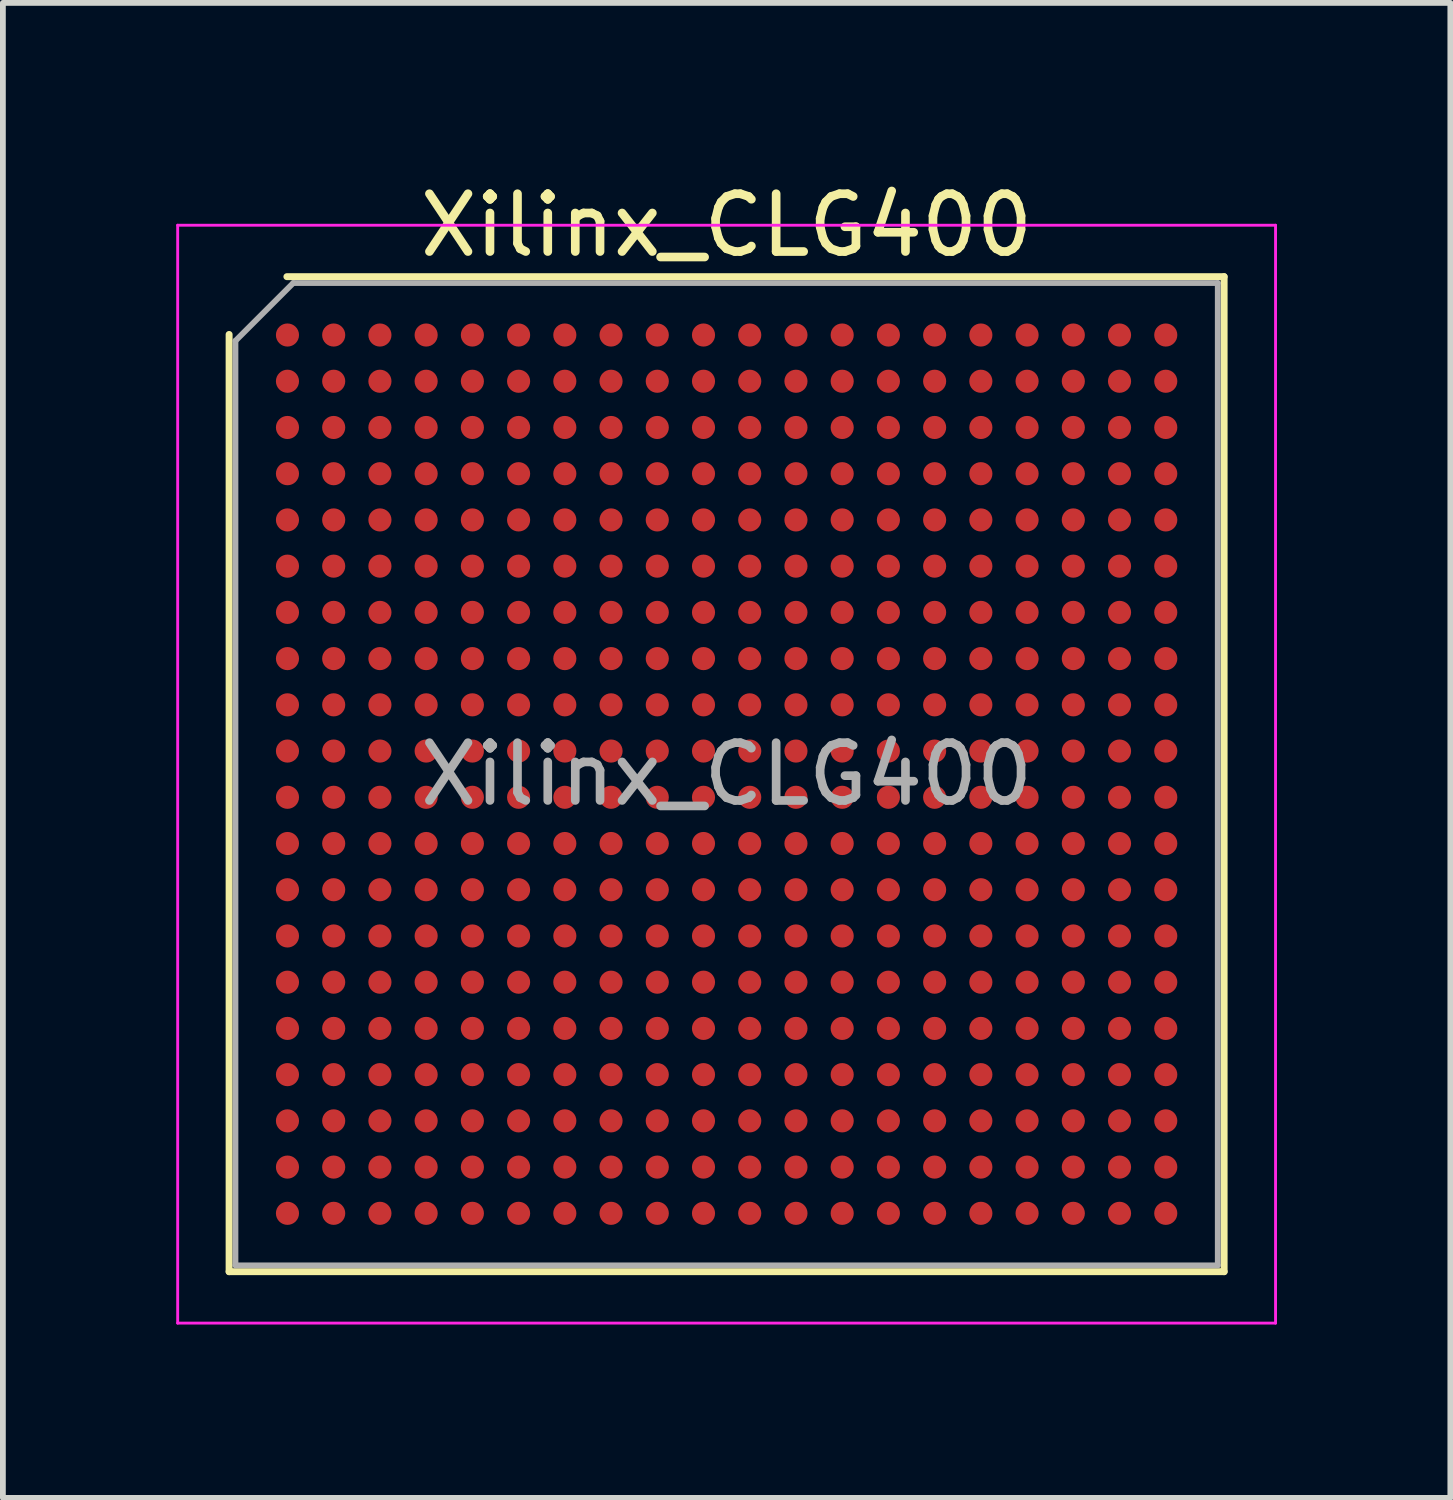
<source format=kicad_pcb>
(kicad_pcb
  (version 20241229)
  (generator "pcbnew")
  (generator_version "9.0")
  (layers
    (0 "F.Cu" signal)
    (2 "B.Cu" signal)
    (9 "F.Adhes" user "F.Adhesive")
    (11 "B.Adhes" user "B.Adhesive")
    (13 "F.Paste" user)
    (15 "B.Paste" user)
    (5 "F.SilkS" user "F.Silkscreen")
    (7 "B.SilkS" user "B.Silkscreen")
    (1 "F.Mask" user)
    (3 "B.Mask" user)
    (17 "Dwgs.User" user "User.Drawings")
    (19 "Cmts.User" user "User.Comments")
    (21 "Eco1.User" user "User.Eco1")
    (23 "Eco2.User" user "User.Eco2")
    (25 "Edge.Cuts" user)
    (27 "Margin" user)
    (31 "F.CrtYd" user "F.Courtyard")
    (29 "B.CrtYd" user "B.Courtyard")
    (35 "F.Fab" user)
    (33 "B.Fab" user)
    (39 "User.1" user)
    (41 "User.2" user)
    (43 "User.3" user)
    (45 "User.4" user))
  (footprint "Xilinx_CLG400"
    (layer "F.Cu")
    (at 9.525 10.348)
    (property "Reference" "Xilinx_CLG400" (at 0 -9.5 0) (layer "F.SilkS") (effects (font (size 1 1) (thickness 0.15))))
    (attr smd)
    (fp_line (start -8.61 8.61) (end -8.61 -7.61) (stroke (width 0.12) (type solid)) (layer "F.SilkS"))
    (fp_line (start -7.61 -8.61) (end 8.61 -8.61) (stroke (width 0.12) (type solid)) (layer "F.SilkS"))
    (fp_line (start 8.61 -8.61) (end 8.61 8.61) (stroke (width 0.12) (type solid)) (layer "F.SilkS"))
    (fp_line (start 8.61 8.61) (end -8.61 8.61) (stroke (width 0.12) (type solid)) (layer "F.SilkS"))
    (fp_line (start -9.5 -9.5) (end -9.5 9.5) (stroke (width 0.05) (type solid)) (layer "F.CrtYd"))
    (fp_line (start -9.5 9.5) (end 9.5 9.5) (stroke (width 0.05) (type solid)) (layer "F.CrtYd"))
    (fp_line (start 9.5 -9.5) (end -9.5 -9.5) (stroke (width 0.05) (type solid)) (layer "F.CrtYd"))
    (fp_line (start 9.5 9.5) (end 9.5 -9.5) (stroke (width 0.05) (type solid)) (layer "F.CrtYd"))
    (fp_line (start -8.5 -7.5) (end -7.5 -8.5) (stroke (width 0.1) (type solid)) (layer "F.Fab"))
    (fp_line (start -8.5 8.5) (end -8.5 -7.5) (stroke (width 0.1) (type solid)) (layer "F.Fab"))
    (fp_line (start -7.5 -8.5) (end 8.5 -8.5) (stroke (width 0.1) (type solid)) (layer "F.Fab"))
    (fp_line (start 8.5 -8.5) (end 8.5 8.5) (stroke (width 0.1) (type solid)) (layer "F.Fab"))
    (fp_line (start 8.5 8.5) (end -8.5 8.5) (stroke (width 0.1) (type solid)) (layer "F.Fab"))
    (fp_text user "${REFERENCE}" (at 0 0 0) (layer "F.Fab") (effects (font (size 1 1) (thickness 0.15))))
    (pad "A1" smd circle (at -7.6 -7.6) (size 0.4 0.4) (layers "F.Cu" "F.Mask" "F.Paste"))
    (pad "A2" smd circle (at -6.8 -7.6) (size 0.4 0.4) (layers "F.Cu" "F.Mask" "F.Paste"))
    (pad "A3" smd circle (at -6 -7.6) (size 0.4 0.4) (layers "F.Cu" "F.Mask" "F.Paste"))
    (pad "A4" smd circle (at -5.2 -7.6) (size 0.4 0.4) (layers "F.Cu" "F.Mask" "F.Paste"))
    (pad "A5" smd circle (at -4.4 -7.6) (size 0.4 0.4) (layers "F.Cu" "F.Mask" "F.Paste"))
    (pad "A6" smd circle (at -3.6 -7.6) (size 0.4 0.4) (layers "F.Cu" "F.Mask" "F.Paste"))
    (pad "A7" smd circle (at -2.8 -7.6) (size 0.4 0.4) (layers "F.Cu" "F.Mask" "F.Paste"))
    (pad "A8" smd circle (at -2 -7.6) (size 0.4 0.4) (layers "F.Cu" "F.Mask" "F.Paste"))
    (pad "A9" smd circle (at -1.2 -7.6) (size 0.4 0.4) (layers "F.Cu" "F.Mask" "F.Paste"))
    (pad "A10" smd circle (at -0.4 -7.6) (size 0.4 0.4) (layers "F.Cu" "F.Mask" "F.Paste"))
    (pad "A11" smd circle (at 0.4 -7.6) (size 0.4 0.4) (layers "F.Cu" "F.Mask" "F.Paste"))
    (pad "A12" smd circle (at 1.2 -7.6) (size 0.4 0.4) (layers "F.Cu" "F.Mask" "F.Paste"))
    (pad "A13" smd circle (at 2 -7.6) (size 0.4 0.4) (layers "F.Cu" "F.Mask" "F.Paste"))
    (pad "A14" smd circle (at 2.8 -7.6) (size 0.4 0.4) (layers "F.Cu" "F.Mask" "F.Paste"))
    (pad "A15" smd circle (at 3.6 -7.6) (size 0.4 0.4) (layers "F.Cu" "F.Mask" "F.Paste"))
    (pad "A16" smd circle (at 4.4 -7.6) (size 0.4 0.4) (layers "F.Cu" "F.Mask" "F.Paste"))
    (pad "A17" smd circle (at 5.2 -7.6) (size 0.4 0.4) (layers "F.Cu" "F.Mask" "F.Paste"))
    (pad "A18" smd circle (at 6 -7.6) (size 0.4 0.4) (layers "F.Cu" "F.Mask" "F.Paste"))
    (pad "A19" smd circle (at 6.8 -7.6) (size 0.4 0.4) (layers "F.Cu" "F.Mask" "F.Paste"))
    (pad "A20" smd circle (at 7.6 -7.6) (size 0.4 0.4) (layers "F.Cu" "F.Mask" "F.Paste"))
    (pad "B1" smd circle (at -7.6 -6.8) (size 0.4 0.4) (layers "F.Cu" "F.Mask" "F.Paste"))
    (pad "B2" smd circle (at -6.8 -6.8) (size 0.4 0.4) (layers "F.Cu" "F.Mask" "F.Paste"))
    (pad "B3" smd circle (at -6 -6.8) (size 0.4 0.4) (layers "F.Cu" "F.Mask" "F.Paste"))
    (pad "B4" smd circle (at -5.2 -6.8) (size 0.4 0.4) (layers "F.Cu" "F.Mask" "F.Paste"))
    (pad "B5" smd circle (at -4.4 -6.8) (size 0.4 0.4) (layers "F.Cu" "F.Mask" "F.Paste"))
    (pad "B6" smd circle (at -3.6 -6.8) (size 0.4 0.4) (layers "F.Cu" "F.Mask" "F.Paste"))
    (pad "B7" smd circle (at -2.8 -6.8) (size 0.4 0.4) (layers "F.Cu" "F.Mask" "F.Paste"))
    (pad "B8" smd circle (at -2 -6.8) (size 0.4 0.4) (layers "F.Cu" "F.Mask" "F.Paste"))
    (pad "B9" smd circle (at -1.2 -6.8) (size 0.4 0.4) (layers "F.Cu" "F.Mask" "F.Paste"))
    (pad "B10" smd circle (at -0.4 -6.8) (size 0.4 0.4) (layers "F.Cu" "F.Mask" "F.Paste"))
    (pad "B11" smd circle (at 0.4 -6.8) (size 0.4 0.4) (layers "F.Cu" "F.Mask" "F.Paste"))
    (pad "B12" smd circle (at 1.2 -6.8) (size 0.4 0.4) (layers "F.Cu" "F.Mask" "F.Paste"))
    (pad "B13" smd circle (at 2 -6.8) (size 0.4 0.4) (layers "F.Cu" "F.Mask" "F.Paste"))
    (pad "B14" smd circle (at 2.8 -6.8) (size 0.4 0.4) (layers "F.Cu" "F.Mask" "F.Paste"))
    (pad "B15" smd circle (at 3.6 -6.8) (size 0.4 0.4) (layers "F.Cu" "F.Mask" "F.Paste"))
    (pad "B16" smd circle (at 4.4 -6.8) (size 0.4 0.4) (layers "F.Cu" "F.Mask" "F.Paste"))
    (pad "B17" smd circle (at 5.2 -6.8) (size 0.4 0.4) (layers "F.Cu" "F.Mask" "F.Paste"))
    (pad "B18" smd circle (at 6 -6.8) (size 0.4 0.4) (layers "F.Cu" "F.Mask" "F.Paste"))
    (pad "B19" smd circle (at 6.8 -6.8) (size 0.4 0.4) (layers "F.Cu" "F.Mask" "F.Paste"))
    (pad "B20" smd circle (at 7.6 -6.8) (size 0.4 0.4) (layers "F.Cu" "F.Mask" "F.Paste"))
    (pad "C1" smd circle (at -7.6 -6) (size 0.4 0.4) (layers "F.Cu" "F.Mask" "F.Paste"))
    (pad "C2" smd circle (at -6.8 -6) (size 0.4 0.4) (layers "F.Cu" "F.Mask" "F.Paste"))
    (pad "C3" smd circle (at -6 -6) (size 0.4 0.4) (layers "F.Cu" "F.Mask" "F.Paste"))
    (pad "C4" smd circle (at -5.2 -6) (size 0.4 0.4) (layers "F.Cu" "F.Mask" "F.Paste"))
    (pad "C5" smd circle (at -4.4 -6) (size 0.4 0.4) (layers "F.Cu" "F.Mask" "F.Paste"))
    (pad "C6" smd circle (at -3.6 -6) (size 0.4 0.4) (layers "F.Cu" "F.Mask" "F.Paste"))
    (pad "C7" smd circle (at -2.8 -6) (size 0.4 0.4) (layers "F.Cu" "F.Mask" "F.Paste"))
    (pad "C8" smd circle (at -2 -6) (size 0.4 0.4) (layers "F.Cu" "F.Mask" "F.Paste"))
    (pad "C9" smd circle (at -1.2 -6) (size 0.4 0.4) (layers "F.Cu" "F.Mask" "F.Paste"))
    (pad "C10" smd circle (at -0.4 -6) (size 0.4 0.4) (layers "F.Cu" "F.Mask" "F.Paste"))
    (pad "C11" smd circle (at 0.4 -6) (size 0.4 0.4) (layers "F.Cu" "F.Mask" "F.Paste"))
    (pad "C12" smd circle (at 1.2 -6) (size 0.4 0.4) (layers "F.Cu" "F.Mask" "F.Paste"))
    (pad "C13" smd circle (at 2 -6) (size 0.4 0.4) (layers "F.Cu" "F.Mask" "F.Paste"))
    (pad "C14" smd circle (at 2.8 -6) (size 0.4 0.4) (layers "F.Cu" "F.Mask" "F.Paste"))
    (pad "C15" smd circle (at 3.6 -6) (size 0.4 0.4) (layers "F.Cu" "F.Mask" "F.Paste"))
    (pad "C16" smd circle (at 4.4 -6) (size 0.4 0.4) (layers "F.Cu" "F.Mask" "F.Paste"))
    (pad "C17" smd circle (at 5.2 -6) (size 0.4 0.4) (layers "F.Cu" "F.Mask" "F.Paste"))
    (pad "C18" smd circle (at 6 -6) (size 0.4 0.4) (layers "F.Cu" "F.Mask" "F.Paste"))
    (pad "C19" smd circle (at 6.8 -6) (size 0.4 0.4) (layers "F.Cu" "F.Mask" "F.Paste"))
    (pad "C20" smd circle (at 7.6 -6) (size 0.4 0.4) (layers "F.Cu" "F.Mask" "F.Paste"))
    (pad "D1" smd circle (at -7.6 -5.2) (size 0.4 0.4) (layers "F.Cu" "F.Mask" "F.Paste"))
    (pad "D2" smd circle (at -6.8 -5.2) (size 0.4 0.4) (layers "F.Cu" "F.Mask" "F.Paste"))
    (pad "D3" smd circle (at -6 -5.2) (size 0.4 0.4) (layers "F.Cu" "F.Mask" "F.Paste"))
    (pad "D4" smd circle (at -5.2 -5.2) (size 0.4 0.4) (layers "F.Cu" "F.Mask" "F.Paste"))
    (pad "D5" smd circle (at -4.4 -5.2) (size 0.4 0.4) (layers "F.Cu" "F.Mask" "F.Paste"))
    (pad "D6" smd circle (at -3.6 -5.2) (size 0.4 0.4) (layers "F.Cu" "F.Mask" "F.Paste"))
    (pad "D7" smd circle (at -2.8 -5.2) (size 0.4 0.4) (layers "F.Cu" "F.Mask" "F.Paste"))
    (pad "D8" smd circle (at -2 -5.2) (size 0.4 0.4) (layers "F.Cu" "F.Mask" "F.Paste"))
    (pad "D9" smd circle (at -1.2 -5.2) (size 0.4 0.4) (layers "F.Cu" "F.Mask" "F.Paste"))
    (pad "D10" smd circle (at -0.4 -5.2) (size 0.4 0.4) (layers "F.Cu" "F.Mask" "F.Paste"))
    (pad "D11" smd circle (at 0.4 -5.2) (size 0.4 0.4) (layers "F.Cu" "F.Mask" "F.Paste"))
    (pad "D12" smd circle (at 1.2 -5.2) (size 0.4 0.4) (layers "F.Cu" "F.Mask" "F.Paste"))
    (pad "D13" smd circle (at 2 -5.2) (size 0.4 0.4) (layers "F.Cu" "F.Mask" "F.Paste"))
    (pad "D14" smd circle (at 2.8 -5.2) (size 0.4 0.4) (layers "F.Cu" "F.Mask" "F.Paste"))
    (pad "D15" smd circle (at 3.6 -5.2) (size 0.4 0.4) (layers "F.Cu" "F.Mask" "F.Paste"))
    (pad "D16" smd circle (at 4.4 -5.2) (size 0.4 0.4) (layers "F.Cu" "F.Mask" "F.Paste"))
    (pad "D17" smd circle (at 5.2 -5.2) (size 0.4 0.4) (layers "F.Cu" "F.Mask" "F.Paste"))
    (pad "D18" smd circle (at 6 -5.2) (size 0.4 0.4) (layers "F.Cu" "F.Mask" "F.Paste"))
    (pad "D19" smd circle (at 6.8 -5.2) (size 0.4 0.4) (layers "F.Cu" "F.Mask" "F.Paste"))
    (pad "D20" smd circle (at 7.6 -5.2) (size 0.4 0.4) (layers "F.Cu" "F.Mask" "F.Paste"))
    (pad "E1" smd circle (at -7.6 -4.4) (size 0.4 0.4) (layers "F.Cu" "F.Mask" "F.Paste"))
    (pad "E2" smd circle (at -6.8 -4.4) (size 0.4 0.4) (layers "F.Cu" "F.Mask" "F.Paste"))
    (pad "E3" smd circle (at -6 -4.4) (size 0.4 0.4) (layers "F.Cu" "F.Mask" "F.Paste"))
    (pad "E4" smd circle (at -5.2 -4.4) (size 0.4 0.4) (layers "F.Cu" "F.Mask" "F.Paste"))
    (pad "E5" smd circle (at -4.4 -4.4) (size 0.4 0.4) (layers "F.Cu" "F.Mask" "F.Paste"))
    (pad "E6" smd circle (at -3.6 -4.4) (size 0.4 0.4) (layers "F.Cu" "F.Mask" "F.Paste"))
    (pad "E7" smd circle (at -2.8 -4.4) (size 0.4 0.4) (layers "F.Cu" "F.Mask" "F.Paste"))
    (pad "E8" smd circle (at -2 -4.4) (size 0.4 0.4) (layers "F.Cu" "F.Mask" "F.Paste"))
    (pad "E9" smd circle (at -1.2 -4.4) (size 0.4 0.4) (layers "F.Cu" "F.Mask" "F.Paste"))
    (pad "E10" smd circle (at -0.4 -4.4) (size 0.4 0.4) (layers "F.Cu" "F.Mask" "F.Paste"))
    (pad "E11" smd circle (at 0.4 -4.4) (size 0.4 0.4) (layers "F.Cu" "F.Mask" "F.Paste"))
    (pad "E12" smd circle (at 1.2 -4.4) (size 0.4 0.4) (layers "F.Cu" "F.Mask" "F.Paste"))
    (pad "E13" smd circle (at 2 -4.4) (size 0.4 0.4) (layers "F.Cu" "F.Mask" "F.Paste"))
    (pad "E14" smd circle (at 2.8 -4.4) (size 0.4 0.4) (layers "F.Cu" "F.Mask" "F.Paste"))
    (pad "E15" smd circle (at 3.6 -4.4) (size 0.4 0.4) (layers "F.Cu" "F.Mask" "F.Paste"))
    (pad "E16" smd circle (at 4.4 -4.4) (size 0.4 0.4) (layers "F.Cu" "F.Mask" "F.Paste"))
    (pad "E17" smd circle (at 5.2 -4.4) (size 0.4 0.4) (layers "F.Cu" "F.Mask" "F.Paste"))
    (pad "E18" smd circle (at 6 -4.4) (size 0.4 0.4) (layers "F.Cu" "F.Mask" "F.Paste"))
    (pad "E19" smd circle (at 6.8 -4.4) (size 0.4 0.4) (layers "F.Cu" "F.Mask" "F.Paste"))
    (pad "E20" smd circle (at 7.6 -4.4) (size 0.4 0.4) (layers "F.Cu" "F.Mask" "F.Paste"))
    (pad "F1" smd circle (at -7.6 -3.6) (size 0.4 0.4) (layers "F.Cu" "F.Mask" "F.Paste"))
    (pad "F2" smd circle (at -6.8 -3.6) (size 0.4 0.4) (layers "F.Cu" "F.Mask" "F.Paste"))
    (pad "F3" smd circle (at -6 -3.6) (size 0.4 0.4) (layers "F.Cu" "F.Mask" "F.Paste"))
    (pad "F4" smd circle (at -5.2 -3.6) (size 0.4 0.4) (layers "F.Cu" "F.Mask" "F.Paste"))
    (pad "F5" smd circle (at -4.4 -3.6) (size 0.4 0.4) (layers "F.Cu" "F.Mask" "F.Paste"))
    (pad "F6" smd circle (at -3.6 -3.6) (size 0.4 0.4) (layers "F.Cu" "F.Mask" "F.Paste"))
    (pad "F7" smd circle (at -2.8 -3.6) (size 0.4 0.4) (layers "F.Cu" "F.Mask" "F.Paste"))
    (pad "F8" smd circle (at -2 -3.6) (size 0.4 0.4) (layers "F.Cu" "F.Mask" "F.Paste"))
    (pad "F9" smd circle (at -1.2 -3.6) (size 0.4 0.4) (layers "F.Cu" "F.Mask" "F.Paste"))
    (pad "F10" smd circle (at -0.4 -3.6) (size 0.4 0.4) (layers "F.Cu" "F.Mask" "F.Paste"))
    (pad "F11" smd circle (at 0.4 -3.6) (size 0.4 0.4) (layers "F.Cu" "F.Mask" "F.Paste"))
    (pad "F12" smd circle (at 1.2 -3.6) (size 0.4 0.4) (layers "F.Cu" "F.Mask" "F.Paste"))
    (pad "F13" smd circle (at 2 -3.6) (size 0.4 0.4) (layers "F.Cu" "F.Mask" "F.Paste"))
    (pad "F14" smd circle (at 2.8 -3.6) (size 0.4 0.4) (layers "F.Cu" "F.Mask" "F.Paste"))
    (pad "F15" smd circle (at 3.6 -3.6) (size 0.4 0.4) (layers "F.Cu" "F.Mask" "F.Paste"))
    (pad "F16" smd circle (at 4.4 -3.6) (size 0.4 0.4) (layers "F.Cu" "F.Mask" "F.Paste"))
    (pad "F17" smd circle (at 5.2 -3.6) (size 0.4 0.4) (layers "F.Cu" "F.Mask" "F.Paste"))
    (pad "F18" smd circle (at 6 -3.6) (size 0.4 0.4) (layers "F.Cu" "F.Mask" "F.Paste"))
    (pad "F19" smd circle (at 6.8 -3.6) (size 0.4 0.4) (layers "F.Cu" "F.Mask" "F.Paste"))
    (pad "F20" smd circle (at 7.6 -3.6) (size 0.4 0.4) (layers "F.Cu" "F.Mask" "F.Paste"))
    (pad "G1" smd circle (at -7.6 -2.8) (size 0.4 0.4) (layers "F.Cu" "F.Mask" "F.Paste"))
    (pad "G2" smd circle (at -6.8 -2.8) (size 0.4 0.4) (layers "F.Cu" "F.Mask" "F.Paste"))
    (pad "G3" smd circle (at -6 -2.8) (size 0.4 0.4) (layers "F.Cu" "F.Mask" "F.Paste"))
    (pad "G4" smd circle (at -5.2 -2.8) (size 0.4 0.4) (layers "F.Cu" "F.Mask" "F.Paste"))
    (pad "G5" smd circle (at -4.4 -2.8) (size 0.4 0.4) (layers "F.Cu" "F.Mask" "F.Paste"))
    (pad "G6" smd circle (at -3.6 -2.8) (size 0.4 0.4) (layers "F.Cu" "F.Mask" "F.Paste"))
    (pad "G7" smd circle (at -2.8 -2.8) (size 0.4 0.4) (layers "F.Cu" "F.Mask" "F.Paste"))
    (pad "G8" smd circle (at -2 -2.8) (size 0.4 0.4) (layers "F.Cu" "F.Mask" "F.Paste"))
    (pad "G9" smd circle (at -1.2 -2.8) (size 0.4 0.4) (layers "F.Cu" "F.Mask" "F.Paste"))
    (pad "G10" smd circle (at -0.4 -2.8) (size 0.4 0.4) (layers "F.Cu" "F.Mask" "F.Paste"))
    (pad "G11" smd circle (at 0.4 -2.8) (size 0.4 0.4) (layers "F.Cu" "F.Mask" "F.Paste"))
    (pad "G12" smd circle (at 1.2 -2.8) (size 0.4 0.4) (layers "F.Cu" "F.Mask" "F.Paste"))
    (pad "G13" smd circle (at 2 -2.8) (size 0.4 0.4) (layers "F.Cu" "F.Mask" "F.Paste"))
    (pad "G14" smd circle (at 2.8 -2.8) (size 0.4 0.4) (layers "F.Cu" "F.Mask" "F.Paste"))
    (pad "G15" smd circle (at 3.6 -2.8) (size 0.4 0.4) (layers "F.Cu" "F.Mask" "F.Paste"))
    (pad "G16" smd circle (at 4.4 -2.8) (size 0.4 0.4) (layers "F.Cu" "F.Mask" "F.Paste"))
    (pad "G17" smd circle (at 5.2 -2.8) (size 0.4 0.4) (layers "F.Cu" "F.Mask" "F.Paste"))
    (pad "G18" smd circle (at 6 -2.8) (size 0.4 0.4) (layers "F.Cu" "F.Mask" "F.Paste"))
    (pad "G19" smd circle (at 6.8 -2.8) (size 0.4 0.4) (layers "F.Cu" "F.Mask" "F.Paste"))
    (pad "G20" smd circle (at 7.6 -2.8) (size 0.4 0.4) (layers "F.Cu" "F.Mask" "F.Paste"))
    (pad "H1" smd circle (at -7.6 -2) (size 0.4 0.4) (layers "F.Cu" "F.Mask" "F.Paste"))
    (pad "H2" smd circle (at -6.8 -2) (size 0.4 0.4) (layers "F.Cu" "F.Mask" "F.Paste"))
    (pad "H3" smd circle (at -6 -2) (size 0.4 0.4) (layers "F.Cu" "F.Mask" "F.Paste"))
    (pad "H4" smd circle (at -5.2 -2) (size 0.4 0.4) (layers "F.Cu" "F.Mask" "F.Paste"))
    (pad "H5" smd circle (at -4.4 -2) (size 0.4 0.4) (layers "F.Cu" "F.Mask" "F.Paste"))
    (pad "H6" smd circle (at -3.6 -2) (size 0.4 0.4) (layers "F.Cu" "F.Mask" "F.Paste"))
    (pad "H7" smd circle (at -2.8 -2) (size 0.4 0.4) (layers "F.Cu" "F.Mask" "F.Paste"))
    (pad "H8" smd circle (at -2 -2) (size 0.4 0.4) (layers "F.Cu" "F.Mask" "F.Paste"))
    (pad "H9" smd circle (at -1.2 -2) (size 0.4 0.4) (layers "F.Cu" "F.Mask" "F.Paste"))
    (pad "H10" smd circle (at -0.4 -2) (size 0.4 0.4) (layers "F.Cu" "F.Mask" "F.Paste"))
    (pad "H11" smd circle (at 0.4 -2) (size 0.4 0.4) (layers "F.Cu" "F.Mask" "F.Paste"))
    (pad "H12" smd circle (at 1.2 -2) (size 0.4 0.4) (layers "F.Cu" "F.Mask" "F.Paste"))
    (pad "H13" smd circle (at 2 -2) (size 0.4 0.4) (layers "F.Cu" "F.Mask" "F.Paste"))
    (pad "H14" smd circle (at 2.8 -2) (size 0.4 0.4) (layers "F.Cu" "F.Mask" "F.Paste"))
    (pad "H15" smd circle (at 3.6 -2) (size 0.4 0.4) (layers "F.Cu" "F.Mask" "F.Paste"))
    (pad "H16" smd circle (at 4.4 -2) (size 0.4 0.4) (layers "F.Cu" "F.Mask" "F.Paste"))
    (pad "H17" smd circle (at 5.2 -2) (size 0.4 0.4) (layers "F.Cu" "F.Mask" "F.Paste"))
    (pad "H18" smd circle (at 6 -2) (size 0.4 0.4) (layers "F.Cu" "F.Mask" "F.Paste"))
    (pad "H19" smd circle (at 6.8 -2) (size 0.4 0.4) (layers "F.Cu" "F.Mask" "F.Paste"))
    (pad "H20" smd circle (at 7.6 -2) (size 0.4 0.4) (layers "F.Cu" "F.Mask" "F.Paste"))
    (pad "J1" smd circle (at -7.6 -1.2) (size 0.4 0.4) (layers "F.Cu" "F.Mask" "F.Paste"))
    (pad "J2" smd circle (at -6.8 -1.2) (size 0.4 0.4) (layers "F.Cu" "F.Mask" "F.Paste"))
    (pad "J3" smd circle (at -6 -1.2) (size 0.4 0.4) (layers "F.Cu" "F.Mask" "F.Paste"))
    (pad "J4" smd circle (at -5.2 -1.2) (size 0.4 0.4) (layers "F.Cu" "F.Mask" "F.Paste"))
    (pad "J5" smd circle (at -4.4 -1.2) (size 0.4 0.4) (layers "F.Cu" "F.Mask" "F.Paste"))
    (pad "J6" smd circle (at -3.6 -1.2) (size 0.4 0.4) (layers "F.Cu" "F.Mask" "F.Paste"))
    (pad "J7" smd circle (at -2.8 -1.2) (size 0.4 0.4) (layers "F.Cu" "F.Mask" "F.Paste"))
    (pad "J8" smd circle (at -2 -1.2) (size 0.4 0.4) (layers "F.Cu" "F.Mask" "F.Paste"))
    (pad "J9" smd circle (at -1.2 -1.2) (size 0.4 0.4) (layers "F.Cu" "F.Mask" "F.Paste"))
    (pad "J10" smd circle (at -0.4 -1.2) (size 0.4 0.4) (layers "F.Cu" "F.Mask" "F.Paste"))
    (pad "J11" smd circle (at 0.4 -1.2) (size 0.4 0.4) (layers "F.Cu" "F.Mask" "F.Paste"))
    (pad "J12" smd circle (at 1.2 -1.2) (size 0.4 0.4) (layers "F.Cu" "F.Mask" "F.Paste"))
    (pad "J13" smd circle (at 2 -1.2) (size 0.4 0.4) (layers "F.Cu" "F.Mask" "F.Paste"))
    (pad "J14" smd circle (at 2.8 -1.2) (size 0.4 0.4) (layers "F.Cu" "F.Mask" "F.Paste"))
    (pad "J15" smd circle (at 3.6 -1.2) (size 0.4 0.4) (layers "F.Cu" "F.Mask" "F.Paste"))
    (pad "J16" smd circle (at 4.4 -1.2) (size 0.4 0.4) (layers "F.Cu" "F.Mask" "F.Paste"))
    (pad "J17" smd circle (at 5.2 -1.2) (size 0.4 0.4) (layers "F.Cu" "F.Mask" "F.Paste"))
    (pad "J18" smd circle (at 6 -1.2) (size 0.4 0.4) (layers "F.Cu" "F.Mask" "F.Paste"))
    (pad "J19" smd circle (at 6.8 -1.2) (size 0.4 0.4) (layers "F.Cu" "F.Mask" "F.Paste"))
    (pad "J20" smd circle (at 7.6 -1.2) (size 0.4 0.4) (layers "F.Cu" "F.Mask" "F.Paste"))
    (pad "K1" smd circle (at -7.6 -0.4) (size 0.4 0.4) (layers "F.Cu" "F.Mask" "F.Paste"))
    (pad "K2" smd circle (at -6.8 -0.4) (size 0.4 0.4) (layers "F.Cu" "F.Mask" "F.Paste"))
    (pad "K3" smd circle (at -6 -0.4) (size 0.4 0.4) (layers "F.Cu" "F.Mask" "F.Paste"))
    (pad "K4" smd circle (at -5.2 -0.4) (size 0.4 0.4) (layers "F.Cu" "F.Mask" "F.Paste"))
    (pad "K5" smd circle (at -4.4 -0.4) (size 0.4 0.4) (layers "F.Cu" "F.Mask" "F.Paste"))
    (pad "K6" smd circle (at -3.6 -0.4) (size 0.4 0.4) (layers "F.Cu" "F.Mask" "F.Paste"))
    (pad "K7" smd circle (at -2.8 -0.4) (size 0.4 0.4) (layers "F.Cu" "F.Mask" "F.Paste"))
    (pad "K8" smd circle (at -2 -0.4) (size 0.4 0.4) (layers "F.Cu" "F.Mask" "F.Paste"))
    (pad "K9" smd circle (at -1.2 -0.4) (size 0.4 0.4) (layers "F.Cu" "F.Mask" "F.Paste"))
    (pad "K10" smd circle (at -0.4 -0.4) (size 0.4 0.4) (layers "F.Cu" "F.Mask" "F.Paste"))
    (pad "K11" smd circle (at 0.4 -0.4) (size 0.4 0.4) (layers "F.Cu" "F.Mask" "F.Paste"))
    (pad "K12" smd circle (at 1.2 -0.4) (size 0.4 0.4) (layers "F.Cu" "F.Mask" "F.Paste"))
    (pad "K13" smd circle (at 2 -0.4) (size 0.4 0.4) (layers "F.Cu" "F.Mask" "F.Paste"))
    (pad "K14" smd circle (at 2.8 -0.4) (size 0.4 0.4) (layers "F.Cu" "F.Mask" "F.Paste"))
    (pad "K15" smd circle (at 3.6 -0.4) (size 0.4 0.4) (layers "F.Cu" "F.Mask" "F.Paste"))
    (pad "K16" smd circle (at 4.4 -0.4) (size 0.4 0.4) (layers "F.Cu" "F.Mask" "F.Paste"))
    (pad "K17" smd circle (at 5.2 -0.4) (size 0.4 0.4) (layers "F.Cu" "F.Mask" "F.Paste"))
    (pad "K18" smd circle (at 6 -0.4) (size 0.4 0.4) (layers "F.Cu" "F.Mask" "F.Paste"))
    (pad "K19" smd circle (at 6.8 -0.4) (size 0.4 0.4) (layers "F.Cu" "F.Mask" "F.Paste"))
    (pad "K20" smd circle (at 7.6 -0.4) (size 0.4 0.4) (layers "F.Cu" "F.Mask" "F.Paste"))
    (pad "L1" smd circle (at -7.6 0.4) (size 0.4 0.4) (layers "F.Cu" "F.Mask" "F.Paste"))
    (pad "L2" smd circle (at -6.8 0.4) (size 0.4 0.4) (layers "F.Cu" "F.Mask" "F.Paste"))
    (pad "L3" smd circle (at -6 0.4) (size 0.4 0.4) (layers "F.Cu" "F.Mask" "F.Paste"))
    (pad "L4" smd circle (at -5.2 0.4) (size 0.4 0.4) (layers "F.Cu" "F.Mask" "F.Paste"))
    (pad "L5" smd circle (at -4.4 0.4) (size 0.4 0.4) (layers "F.Cu" "F.Mask" "F.Paste"))
    (pad "L6" smd circle (at -3.6 0.4) (size 0.4 0.4) (layers "F.Cu" "F.Mask" "F.Paste"))
    (pad "L7" smd circle (at -2.8 0.4) (size 0.4 0.4) (layers "F.Cu" "F.Mask" "F.Paste"))
    (pad "L8" smd circle (at -2 0.4) (size 0.4 0.4) (layers "F.Cu" "F.Mask" "F.Paste"))
    (pad "L9" smd circle (at -1.2 0.4) (size 0.4 0.4) (layers "F.Cu" "F.Mask" "F.Paste"))
    (pad "L10" smd circle (at -0.4 0.4) (size 0.4 0.4) (layers "F.Cu" "F.Mask" "F.Paste"))
    (pad "L11" smd circle (at 0.4 0.4) (size 0.4 0.4) (layers "F.Cu" "F.Mask" "F.Paste"))
    (pad "L12" smd circle (at 1.2 0.4) (size 0.4 0.4) (layers "F.Cu" "F.Mask" "F.Paste"))
    (pad "L13" smd circle (at 2 0.4) (size 0.4 0.4) (layers "F.Cu" "F.Mask" "F.Paste"))
    (pad "L14" smd circle (at 2.8 0.4) (size 0.4 0.4) (layers "F.Cu" "F.Mask" "F.Paste"))
    (pad "L15" smd circle (at 3.6 0.4) (size 0.4 0.4) (layers "F.Cu" "F.Mask" "F.Paste"))
    (pad "L16" smd circle (at 4.4 0.4) (size 0.4 0.4) (layers "F.Cu" "F.Mask" "F.Paste"))
    (pad "L17" smd circle (at 5.2 0.4) (size 0.4 0.4) (layers "F.Cu" "F.Mask" "F.Paste"))
    (pad "L18" smd circle (at 6 0.4) (size 0.4 0.4) (layers "F.Cu" "F.Mask" "F.Paste"))
    (pad "L19" smd circle (at 6.8 0.4) (size 0.4 0.4) (layers "F.Cu" "F.Mask" "F.Paste"))
    (pad "L20" smd circle (at 7.6 0.4) (size 0.4 0.4) (layers "F.Cu" "F.Mask" "F.Paste"))
    (pad "M1" smd circle (at -7.6 1.2) (size 0.4 0.4) (layers "F.Cu" "F.Mask" "F.Paste"))
    (pad "M2" smd circle (at -6.8 1.2) (size 0.4 0.4) (layers "F.Cu" "F.Mask" "F.Paste"))
    (pad "M3" smd circle (at -6 1.2) (size 0.4 0.4) (layers "F.Cu" "F.Mask" "F.Paste"))
    (pad "M4" smd circle (at -5.2 1.2) (size 0.4 0.4) (layers "F.Cu" "F.Mask" "F.Paste"))
    (pad "M5" smd circle (at -4.4 1.2) (size 0.4 0.4) (layers "F.Cu" "F.Mask" "F.Paste"))
    (pad "M6" smd circle (at -3.6 1.2) (size 0.4 0.4) (layers "F.Cu" "F.Mask" "F.Paste"))
    (pad "M7" smd circle (at -2.8 1.2) (size 0.4 0.4) (layers "F.Cu" "F.Mask" "F.Paste"))
    (pad "M8" smd circle (at -2 1.2) (size 0.4 0.4) (layers "F.Cu" "F.Mask" "F.Paste"))
    (pad "M9" smd circle (at -1.2 1.2) (size 0.4 0.4) (layers "F.Cu" "F.Mask" "F.Paste"))
    (pad "M10" smd circle (at -0.4 1.2) (size 0.4 0.4) (layers "F.Cu" "F.Mask" "F.Paste"))
    (pad "M11" smd circle (at 0.4 1.2) (size 0.4 0.4) (layers "F.Cu" "F.Mask" "F.Paste"))
    (pad "M12" smd circle (at 1.2 1.2) (size 0.4 0.4) (layers "F.Cu" "F.Mask" "F.Paste"))
    (pad "M13" smd circle (at 2 1.2) (size 0.4 0.4) (layers "F.Cu" "F.Mask" "F.Paste"))
    (pad "M14" smd circle (at 2.8 1.2) (size 0.4 0.4) (layers "F.Cu" "F.Mask" "F.Paste"))
    (pad "M15" smd circle (at 3.6 1.2) (size 0.4 0.4) (layers "F.Cu" "F.Mask" "F.Paste"))
    (pad "M16" smd circle (at 4.4 1.2) (size 0.4 0.4) (layers "F.Cu" "F.Mask" "F.Paste"))
    (pad "M17" smd circle (at 5.2 1.2) (size 0.4 0.4) (layers "F.Cu" "F.Mask" "F.Paste"))
    (pad "M18" smd circle (at 6 1.2) (size 0.4 0.4) (layers "F.Cu" "F.Mask" "F.Paste"))
    (pad "M19" smd circle (at 6.8 1.2) (size 0.4 0.4) (layers "F.Cu" "F.Mask" "F.Paste"))
    (pad "M20" smd circle (at 7.6 1.2) (size 0.4 0.4) (layers "F.Cu" "F.Mask" "F.Paste"))
    (pad "N1" smd circle (at -7.6 2) (size 0.4 0.4) (layers "F.Cu" "F.Mask" "F.Paste"))
    (pad "N2" smd circle (at -6.8 2) (size 0.4 0.4) (layers "F.Cu" "F.Mask" "F.Paste"))
    (pad "N3" smd circle (at -6 2) (size 0.4 0.4) (layers "F.Cu" "F.Mask" "F.Paste"))
    (pad "N4" smd circle (at -5.2 2) (size 0.4 0.4) (layers "F.Cu" "F.Mask" "F.Paste"))
    (pad "N5" smd circle (at -4.4 2) (size 0.4 0.4) (layers "F.Cu" "F.Mask" "F.Paste"))
    (pad "N6" smd circle (at -3.6 2) (size 0.4 0.4) (layers "F.Cu" "F.Mask" "F.Paste"))
    (pad "N7" smd circle (at -2.8 2) (size 0.4 0.4) (layers "F.Cu" "F.Mask" "F.Paste"))
    (pad "N8" smd circle (at -2 2) (size 0.4 0.4) (layers "F.Cu" "F.Mask" "F.Paste"))
    (pad "N9" smd circle (at -1.2 2) (size 0.4 0.4) (layers "F.Cu" "F.Mask" "F.Paste"))
    (pad "N10" smd circle (at -0.4 2) (size 0.4 0.4) (layers "F.Cu" "F.Mask" "F.Paste"))
    (pad "N11" smd circle (at 0.4 2) (size 0.4 0.4) (layers "F.Cu" "F.Mask" "F.Paste"))
    (pad "N12" smd circle (at 1.2 2) (size 0.4 0.4) (layers "F.Cu" "F.Mask" "F.Paste"))
    (pad "N13" smd circle (at 2 2) (size 0.4 0.4) (layers "F.Cu" "F.Mask" "F.Paste"))
    (pad "N14" smd circle (at 2.8 2) (size 0.4 0.4) (layers "F.Cu" "F.Mask" "F.Paste"))
    (pad "N15" smd circle (at 3.6 2) (size 0.4 0.4) (layers "F.Cu" "F.Mask" "F.Paste"))
    (pad "N16" smd circle (at 4.4 2) (size 0.4 0.4) (layers "F.Cu" "F.Mask" "F.Paste"))
    (pad "N17" smd circle (at 5.2 2) (size 0.4 0.4) (layers "F.Cu" "F.Mask" "F.Paste"))
    (pad "N18" smd circle (at 6 2) (size 0.4 0.4) (layers "F.Cu" "F.Mask" "F.Paste"))
    (pad "N19" smd circle (at 6.8 2) (size 0.4 0.4) (layers "F.Cu" "F.Mask" "F.Paste"))
    (pad "N20" smd circle (at 7.6 2) (size 0.4 0.4) (layers "F.Cu" "F.Mask" "F.Paste"))
    (pad "P1" smd circle (at -7.6 2.8) (size 0.4 0.4) (layers "F.Cu" "F.Mask" "F.Paste"))
    (pad "P2" smd circle (at -6.8 2.8) (size 0.4 0.4) (layers "F.Cu" "F.Mask" "F.Paste"))
    (pad "P3" smd circle (at -6 2.8) (size 0.4 0.4) (layers "F.Cu" "F.Mask" "F.Paste"))
    (pad "P4" smd circle (at -5.2 2.8) (size 0.4 0.4) (layers "F.Cu" "F.Mask" "F.Paste"))
    (pad "P5" smd circle (at -4.4 2.8) (size 0.4 0.4) (layers "F.Cu" "F.Mask" "F.Paste"))
    (pad "P6" smd circle (at -3.6 2.8) (size 0.4 0.4) (layers "F.Cu" "F.Mask" "F.Paste"))
    (pad "P7" smd circle (at -2.8 2.8) (size 0.4 0.4) (layers "F.Cu" "F.Mask" "F.Paste"))
    (pad "P8" smd circle (at -2 2.8) (size 0.4 0.4) (layers "F.Cu" "F.Mask" "F.Paste"))
    (pad "P9" smd circle (at -1.2 2.8) (size 0.4 0.4) (layers "F.Cu" "F.Mask" "F.Paste"))
    (pad "P10" smd circle (at -0.4 2.8) (size 0.4 0.4) (layers "F.Cu" "F.Mask" "F.Paste"))
    (pad "P11" smd circle (at 0.4 2.8) (size 0.4 0.4) (layers "F.Cu" "F.Mask" "F.Paste"))
    (pad "P12" smd circle (at 1.2 2.8) (size 0.4 0.4) (layers "F.Cu" "F.Mask" "F.Paste"))
    (pad "P13" smd circle (at 2 2.8) (size 0.4 0.4) (layers "F.Cu" "F.Mask" "F.Paste"))
    (pad "P14" smd circle (at 2.8 2.8) (size 0.4 0.4) (layers "F.Cu" "F.Mask" "F.Paste"))
    (pad "P15" smd circle (at 3.6 2.8) (size 0.4 0.4) (layers "F.Cu" "F.Mask" "F.Paste"))
    (pad "P16" smd circle (at 4.4 2.8) (size 0.4 0.4) (layers "F.Cu" "F.Mask" "F.Paste"))
    (pad "P17" smd circle (at 5.2 2.8) (size 0.4 0.4) (layers "F.Cu" "F.Mask" "F.Paste"))
    (pad "P18" smd circle (at 6 2.8) (size 0.4 0.4) (layers "F.Cu" "F.Mask" "F.Paste"))
    (pad "P19" smd circle (at 6.8 2.8) (size 0.4 0.4) (layers "F.Cu" "F.Mask" "F.Paste"))
    (pad "P20" smd circle (at 7.6 2.8) (size 0.4 0.4) (layers "F.Cu" "F.Mask" "F.Paste"))
    (pad "R1" smd circle (at -7.6 3.6) (size 0.4 0.4) (layers "F.Cu" "F.Mask" "F.Paste"))
    (pad "R2" smd circle (at -6.8 3.6) (size 0.4 0.4) (layers "F.Cu" "F.Mask" "F.Paste"))
    (pad "R3" smd circle (at -6 3.6) (size 0.4 0.4) (layers "F.Cu" "F.Mask" "F.Paste"))
    (pad "R4" smd circle (at -5.2 3.6) (size 0.4 0.4) (layers "F.Cu" "F.Mask" "F.Paste"))
    (pad "R5" smd circle (at -4.4 3.6) (size 0.4 0.4) (layers "F.Cu" "F.Mask" "F.Paste"))
    (pad "R6" smd circle (at -3.6 3.6) (size 0.4 0.4) (layers "F.Cu" "F.Mask" "F.Paste"))
    (pad "R7" smd circle (at -2.8 3.6) (size 0.4 0.4) (layers "F.Cu" "F.Mask" "F.Paste"))
    (pad "R8" smd circle (at -2 3.6) (size 0.4 0.4) (layers "F.Cu" "F.Mask" "F.Paste"))
    (pad "R9" smd circle (at -1.2 3.6) (size 0.4 0.4) (layers "F.Cu" "F.Mask" "F.Paste"))
    (pad "R10" smd circle (at -0.4 3.6) (size 0.4 0.4) (layers "F.Cu" "F.Mask" "F.Paste"))
    (pad "R11" smd circle (at 0.4 3.6) (size 0.4 0.4) (layers "F.Cu" "F.Mask" "F.Paste"))
    (pad "R12" smd circle (at 1.2 3.6) (size 0.4 0.4) (layers "F.Cu" "F.Mask" "F.Paste"))
    (pad "R13" smd circle (at 2 3.6) (size 0.4 0.4) (layers "F.Cu" "F.Mask" "F.Paste"))
    (pad "R14" smd circle (at 2.8 3.6) (size 0.4 0.4) (layers "F.Cu" "F.Mask" "F.Paste"))
    (pad "R15" smd circle (at 3.6 3.6) (size 0.4 0.4) (layers "F.Cu" "F.Mask" "F.Paste"))
    (pad "R16" smd circle (at 4.4 3.6) (size 0.4 0.4) (layers "F.Cu" "F.Mask" "F.Paste"))
    (pad "R17" smd circle (at 5.2 3.6) (size 0.4 0.4) (layers "F.Cu" "F.Mask" "F.Paste"))
    (pad "R18" smd circle (at 6 3.6) (size 0.4 0.4) (layers "F.Cu" "F.Mask" "F.Paste"))
    (pad "R19" smd circle (at 6.8 3.6) (size 0.4 0.4) (layers "F.Cu" "F.Mask" "F.Paste"))
    (pad "R20" smd circle (at 7.6 3.6) (size 0.4 0.4) (layers "F.Cu" "F.Mask" "F.Paste"))
    (pad "T1" smd circle (at -7.6 4.4) (size 0.4 0.4) (layers "F.Cu" "F.Mask" "F.Paste"))
    (pad "T2" smd circle (at -6.8 4.4) (size 0.4 0.4) (layers "F.Cu" "F.Mask" "F.Paste"))
    (pad "T3" smd circle (at -6 4.4) (size 0.4 0.4) (layers "F.Cu" "F.Mask" "F.Paste"))
    (pad "T4" smd circle (at -5.2 4.4) (size 0.4 0.4) (layers "F.Cu" "F.Mask" "F.Paste"))
    (pad "T5" smd circle (at -4.4 4.4) (size 0.4 0.4) (layers "F.Cu" "F.Mask" "F.Paste"))
    (pad "T6" smd circle (at -3.6 4.4) (size 0.4 0.4) (layers "F.Cu" "F.Mask" "F.Paste"))
    (pad "T7" smd circle (at -2.8 4.4) (size 0.4 0.4) (layers "F.Cu" "F.Mask" "F.Paste"))
    (pad "T8" smd circle (at -2 4.4) (size 0.4 0.4) (layers "F.Cu" "F.Mask" "F.Paste"))
    (pad "T9" smd circle (at -1.2 4.4) (size 0.4 0.4) (layers "F.Cu" "F.Mask" "F.Paste"))
    (pad "T10" smd circle (at -0.4 4.4) (size 0.4 0.4) (layers "F.Cu" "F.Mask" "F.Paste"))
    (pad "T11" smd circle (at 0.4 4.4) (size 0.4 0.4) (layers "F.Cu" "F.Mask" "F.Paste"))
    (pad "T12" smd circle (at 1.2 4.4) (size 0.4 0.4) (layers "F.Cu" "F.Mask" "F.Paste"))
    (pad "T13" smd circle (at 2 4.4) (size 0.4 0.4) (layers "F.Cu" "F.Mask" "F.Paste"))
    (pad "T14" smd circle (at 2.8 4.4) (size 0.4 0.4) (layers "F.Cu" "F.Mask" "F.Paste"))
    (pad "T15" smd circle (at 3.6 4.4) (size 0.4 0.4) (layers "F.Cu" "F.Mask" "F.Paste"))
    (pad "T16" smd circle (at 4.4 4.4) (size 0.4 0.4) (layers "F.Cu" "F.Mask" "F.Paste"))
    (pad "T17" smd circle (at 5.2 4.4) (size 0.4 0.4) (layers "F.Cu" "F.Mask" "F.Paste"))
    (pad "T18" smd circle (at 6 4.4) (size 0.4 0.4) (layers "F.Cu" "F.Mask" "F.Paste"))
    (pad "T19" smd circle (at 6.8 4.4) (size 0.4 0.4) (layers "F.Cu" "F.Mask" "F.Paste"))
    (pad "T20" smd circle (at 7.6 4.4) (size 0.4 0.4) (layers "F.Cu" "F.Mask" "F.Paste"))
    (pad "U1" smd circle (at -7.6 5.2) (size 0.4 0.4) (layers "F.Cu" "F.Mask" "F.Paste"))
    (pad "U2" smd circle (at -6.8 5.2) (size 0.4 0.4) (layers "F.Cu" "F.Mask" "F.Paste"))
    (pad "U3" smd circle (at -6 5.2) (size 0.4 0.4) (layers "F.Cu" "F.Mask" "F.Paste"))
    (pad "U4" smd circle (at -5.2 5.2) (size 0.4 0.4) (layers "F.Cu" "F.Mask" "F.Paste"))
    (pad "U5" smd circle (at -4.4 5.2) (size 0.4 0.4) (layers "F.Cu" "F.Mask" "F.Paste"))
    (pad "U6" smd circle (at -3.6 5.2) (size 0.4 0.4) (layers "F.Cu" "F.Mask" "F.Paste"))
    (pad "U7" smd circle (at -2.8 5.2) (size 0.4 0.4) (layers "F.Cu" "F.Mask" "F.Paste"))
    (pad "U8" smd circle (at -2 5.2) (size 0.4 0.4) (layers "F.Cu" "F.Mask" "F.Paste"))
    (pad "U9" smd circle (at -1.2 5.2) (size 0.4 0.4) (layers "F.Cu" "F.Mask" "F.Paste"))
    (pad "U10" smd circle (at -0.4 5.2) (size 0.4 0.4) (layers "F.Cu" "F.Mask" "F.Paste"))
    (pad "U11" smd circle (at 0.4 5.2) (size 0.4 0.4) (layers "F.Cu" "F.Mask" "F.Paste"))
    (pad "U12" smd circle (at 1.2 5.2) (size 0.4 0.4) (layers "F.Cu" "F.Mask" "F.Paste"))
    (pad "U13" smd circle (at 2 5.2) (size 0.4 0.4) (layers "F.Cu" "F.Mask" "F.Paste"))
    (pad "U14" smd circle (at 2.8 5.2) (size 0.4 0.4) (layers "F.Cu" "F.Mask" "F.Paste"))
    (pad "U15" smd circle (at 3.6 5.2) (size 0.4 0.4) (layers "F.Cu" "F.Mask" "F.Paste"))
    (pad "U16" smd circle (at 4.4 5.2) (size 0.4 0.4) (layers "F.Cu" "F.Mask" "F.Paste"))
    (pad "U17" smd circle (at 5.2 5.2) (size 0.4 0.4) (layers "F.Cu" "F.Mask" "F.Paste"))
    (pad "U18" smd circle (at 6 5.2) (size 0.4 0.4) (layers "F.Cu" "F.Mask" "F.Paste"))
    (pad "U19" smd circle (at 6.8 5.2) (size 0.4 0.4) (layers "F.Cu" "F.Mask" "F.Paste"))
    (pad "U20" smd circle (at 7.6 5.2) (size 0.4 0.4) (layers "F.Cu" "F.Mask" "F.Paste"))
    (pad "V1" smd circle (at -7.6 6) (size 0.4 0.4) (layers "F.Cu" "F.Mask" "F.Paste"))
    (pad "V2" smd circle (at -6.8 6) (size 0.4 0.4) (layers "F.Cu" "F.Mask" "F.Paste"))
    (pad "V3" smd circle (at -6 6) (size 0.4 0.4) (layers "F.Cu" "F.Mask" "F.Paste"))
    (pad "V4" smd circle (at -5.2 6) (size 0.4 0.4) (layers "F.Cu" "F.Mask" "F.Paste"))
    (pad "V5" smd circle (at -4.4 6) (size 0.4 0.4) (layers "F.Cu" "F.Mask" "F.Paste"))
    (pad "V6" smd circle (at -3.6 6) (size 0.4 0.4) (layers "F.Cu" "F.Mask" "F.Paste"))
    (pad "V7" smd circle (at -2.8 6) (size 0.4 0.4) (layers "F.Cu" "F.Mask" "F.Paste"))
    (pad "V8" smd circle (at -2 6) (size 0.4 0.4) (layers "F.Cu" "F.Mask" "F.Paste"))
    (pad "V9" smd circle (at -1.2 6) (size 0.4 0.4) (layers "F.Cu" "F.Mask" "F.Paste"))
    (pad "V10" smd circle (at -0.4 6) (size 0.4 0.4) (layers "F.Cu" "F.Mask" "F.Paste"))
    (pad "V11" smd circle (at 0.4 6) (size 0.4 0.4) (layers "F.Cu" "F.Mask" "F.Paste"))
    (pad "V12" smd circle (at 1.2 6) (size 0.4 0.4) (layers "F.Cu" "F.Mask" "F.Paste"))
    (pad "V13" smd circle (at 2 6) (size 0.4 0.4) (layers "F.Cu" "F.Mask" "F.Paste"))
    (pad "V14" smd circle (at 2.8 6) (size 0.4 0.4) (layers "F.Cu" "F.Mask" "F.Paste"))
    (pad "V15" smd circle (at 3.6 6) (size 0.4 0.4) (layers "F.Cu" "F.Mask" "F.Paste"))
    (pad "V16" smd circle (at 4.4 6) (size 0.4 0.4) (layers "F.Cu" "F.Mask" "F.Paste"))
    (pad "V17" smd circle (at 5.2 6) (size 0.4 0.4) (layers "F.Cu" "F.Mask" "F.Paste"))
    (pad "V18" smd circle (at 6 6) (size 0.4 0.4) (layers "F.Cu" "F.Mask" "F.Paste"))
    (pad "V19" smd circle (at 6.8 6) (size 0.4 0.4) (layers "F.Cu" "F.Mask" "F.Paste"))
    (pad "V20" smd circle (at 7.6 6) (size 0.4 0.4) (layers "F.Cu" "F.Mask" "F.Paste"))
    (pad "W1" smd circle (at -7.6 6.8) (size 0.4 0.4) (layers "F.Cu" "F.Mask" "F.Paste"))
    (pad "W2" smd circle (at -6.8 6.8) (size 0.4 0.4) (layers "F.Cu" "F.Mask" "F.Paste"))
    (pad "W3" smd circle (at -6 6.8) (size 0.4 0.4) (layers "F.Cu" "F.Mask" "F.Paste"))
    (pad "W4" smd circle (at -5.2 6.8) (size 0.4 0.4) (layers "F.Cu" "F.Mask" "F.Paste"))
    (pad "W5" smd circle (at -4.4 6.8) (size 0.4 0.4) (layers "F.Cu" "F.Mask" "F.Paste"))
    (pad "W6" smd circle (at -3.6 6.8) (size 0.4 0.4) (layers "F.Cu" "F.Mask" "F.Paste"))
    (pad "W7" smd circle (at -2.8 6.8) (size 0.4 0.4) (layers "F.Cu" "F.Mask" "F.Paste"))
    (pad "W8" smd circle (at -2 6.8) (size 0.4 0.4) (layers "F.Cu" "F.Mask" "F.Paste"))
    (pad "W9" smd circle (at -1.2 6.8) (size 0.4 0.4) (layers "F.Cu" "F.Mask" "F.Paste"))
    (pad "W10" smd circle (at -0.4 6.8) (size 0.4 0.4) (layers "F.Cu" "F.Mask" "F.Paste"))
    (pad "W11" smd circle (at 0.4 6.8) (size 0.4 0.4) (layers "F.Cu" "F.Mask" "F.Paste"))
    (pad "W12" smd circle (at 1.2 6.8) (size 0.4 0.4) (layers "F.Cu" "F.Mask" "F.Paste"))
    (pad "W13" smd circle (at 2 6.8) (size 0.4 0.4) (layers "F.Cu" "F.Mask" "F.Paste"))
    (pad "W14" smd circle (at 2.8 6.8) (size 0.4 0.4) (layers "F.Cu" "F.Mask" "F.Paste"))
    (pad "W15" smd circle (at 3.6 6.8) (size 0.4 0.4) (layers "F.Cu" "F.Mask" "F.Paste"))
    (pad "W16" smd circle (at 4.4 6.8) (size 0.4 0.4) (layers "F.Cu" "F.Mask" "F.Paste"))
    (pad "W17" smd circle (at 5.2 6.8) (size 0.4 0.4) (layers "F.Cu" "F.Mask" "F.Paste"))
    (pad "W18" smd circle (at 6 6.8) (size 0.4 0.4) (layers "F.Cu" "F.Mask" "F.Paste"))
    (pad "W19" smd circle (at 6.8 6.8) (size 0.4 0.4) (layers "F.Cu" "F.Mask" "F.Paste"))
    (pad "W20" smd circle (at 7.6 6.8) (size 0.4 0.4) (layers "F.Cu" "F.Mask" "F.Paste"))
    (pad "Y1" smd circle (at -7.6 7.6) (size 0.4 0.4) (layers "F.Cu" "F.Mask" "F.Paste"))
    (pad "Y2" smd circle (at -6.8 7.6) (size 0.4 0.4) (layers "F.Cu" "F.Mask" "F.Paste"))
    (pad "Y3" smd circle (at -6 7.6) (size 0.4 0.4) (layers "F.Cu" "F.Mask" "F.Paste"))
    (pad "Y4" smd circle (at -5.2 7.6) (size 0.4 0.4) (layers "F.Cu" "F.Mask" "F.Paste"))
    (pad "Y5" smd circle (at -4.4 7.6) (size 0.4 0.4) (layers "F.Cu" "F.Mask" "F.Paste"))
    (pad "Y6" smd circle (at -3.6 7.6) (size 0.4 0.4) (layers "F.Cu" "F.Mask" "F.Paste"))
    (pad "Y7" smd circle (at -2.8 7.6) (size 0.4 0.4) (layers "F.Cu" "F.Mask" "F.Paste"))
    (pad "Y8" smd circle (at -2 7.6) (size 0.4 0.4) (layers "F.Cu" "F.Mask" "F.Paste"))
    (pad "Y9" smd circle (at -1.2 7.6) (size 0.4 0.4) (layers "F.Cu" "F.Mask" "F.Paste"))
    (pad "Y10" smd circle (at -0.4 7.6) (size 0.4 0.4) (layers "F.Cu" "F.Mask" "F.Paste"))
    (pad "Y11" smd circle (at 0.4 7.6) (size 0.4 0.4) (layers "F.Cu" "F.Mask" "F.Paste"))
    (pad "Y12" smd circle (at 1.2 7.6) (size 0.4 0.4) (layers "F.Cu" "F.Mask" "F.Paste"))
    (pad "Y13" smd circle (at 2 7.6) (size 0.4 0.4) (layers "F.Cu" "F.Mask" "F.Paste"))
    (pad "Y14" smd circle (at 2.8 7.6) (size 0.4 0.4) (layers "F.Cu" "F.Mask" "F.Paste"))
    (pad "Y15" smd circle (at 3.6 7.6) (size 0.4 0.4) (layers "F.Cu" "F.Mask" "F.Paste"))
    (pad "Y16" smd circle (at 4.4 7.6) (size 0.4 0.4) (layers "F.Cu" "F.Mask" "F.Paste"))
    (pad "Y17" smd circle (at 5.2 7.6) (size 0.4 0.4) (layers "F.Cu" "F.Mask" "F.Paste"))
    (pad "Y18" smd circle (at 6 7.6) (size 0.4 0.4) (layers "F.Cu" "F.Mask" "F.Paste"))
    (pad "Y19" smd circle (at 6.8 7.6) (size 0.4 0.4) (layers "F.Cu" "F.Mask" "F.Paste"))
    (pad "Y20" smd circle (at 7.6 7.6) (size 0.4 0.4) (layers "F.Cu" "F.Mask" "F.Paste")))
  (gr_rect
    (start -3 -3)
    (end 22.05 22.873)
    (stroke (width 0.1) (type default))
    (fill no)
    (layer "Edge.Cuts")))
</source>
